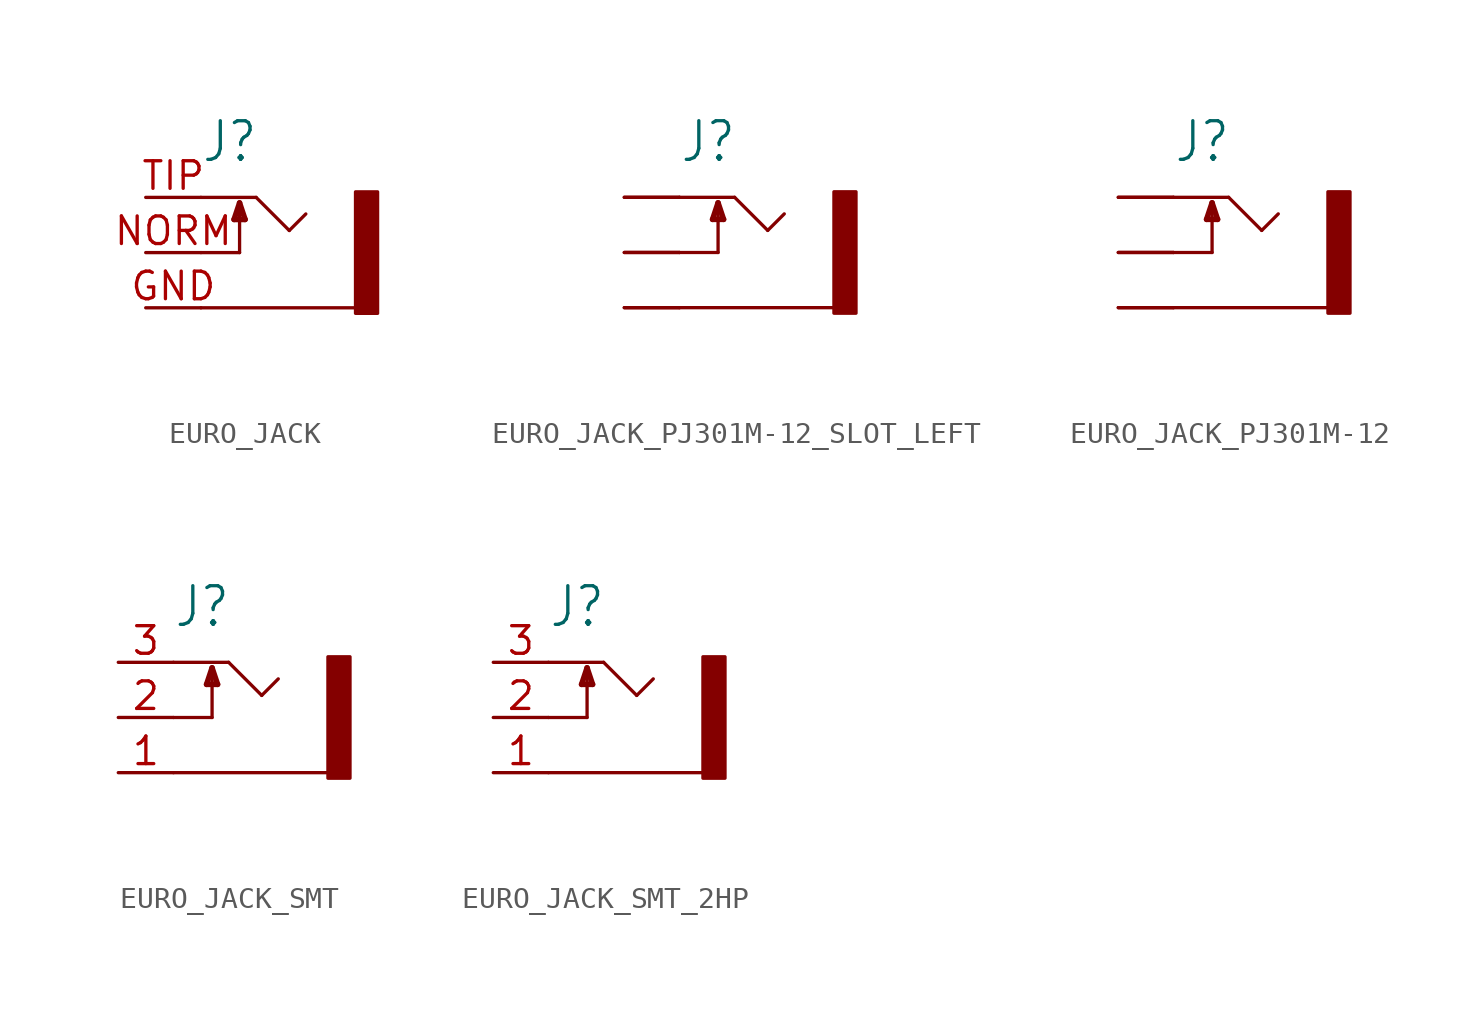
<source format=kicad_sym>
(kicad_symbol_lib
  (version 20231120)
  (generator "kicad_symbol_editor")
  (generator_version "8.0")
  (symbol "EURO_JACK"
    (property "Reference" "J"
      (at -2.54 4.064 0)
      (effects (font (size 1.778 1.511)) (justify left bottom)))
    (property "Value" ""
      (at -2.54 -6.096 0)
      (effects (font (size 1.778 1.511)) (justify left bottom)))
    (property "ki_locked" ""
      (at 0 0 0)
      (effects (font (size 1.27 1.27))))
    (symbol "EURO_JACK_1_0"
      (polyline (pts (xy -2.54 -2.54) (xy 4.572 -2.54)) (stroke (width 0.152) (type solid)) (fill (type none)))
      (polyline (pts (xy -2.54 0) (xy -0.762 0)) (stroke (width 0.152) (type solid)) (fill (type none)))
      (polyline (pts (xy -2.54 2.54) (xy 0 2.54)) (stroke (width 0.152) (type solid)) (fill (type none)))
      (polyline (pts (xy -1.016 1.524) (xy -0.508 1.524)) (stroke (width 0.254) (type solid)) (fill (type none)))
      (polyline (pts (xy -0.762 0) (xy -0.762 2.286)) (stroke (width 0.152) (type solid)) (fill (type none)))
      (polyline (pts (xy -0.762 2.286) (xy -1.016 1.524)) (stroke (width 0.254) (type solid)) (fill (type none)))
      (polyline (pts (xy -0.508 1.524) (xy -0.762 2.286)) (stroke (width 0.254) (type solid)) (fill (type none)))
      (polyline (pts (xy 0 2.54) (xy 1.524 1.016)) (stroke (width 0.152) (type solid)) (fill (type none)))
      (polyline (pts (xy 1.524 1.016) (xy 2.286 1.778)) (stroke (width 0.152) (type solid)) (fill (type none)))
      (rectangle (start 4.572 2.794) (end 5.588 -2.794) (stroke (width 0) (type default)) (fill (type outline)))
      (pin passive line (at -5.08 -2.54 0) (length 2.54) (name "GND" (effects (font (size 0 0)))) (number "GND" (effects (font (size 1.27 1.27)))))
      (pin passive line (at -5.08 0 0) (length 2.54) (name "NORM" (effects (font (size 0 0)))) (number "NORM" (effects (font (size 1.27 1.27)))))
      (pin passive line (at -5.08 2.54 0) (length 2.54) (name "TIP" (effects (font (size 0 0)))) (number "TIP" (effects (font (size 1.27 1.27)))))))
  (symbol "EURO_JACK_PJ301M-12_SLOT_LEFT"
    (property "Reference" "J"
      (at -2.54 4.064 0)
      (effects (font (size 1.778 1.511)) (justify left bottom)))
    (property "Value" ""
      (at -2.54 -6.096 0)
      (effects (font (size 1.778 1.511)) (justify left bottom)))
    (property "ki_locked" ""
      (at 0 0 0)
      (effects (font (size 1.27 1.27))))
    (symbol "EURO_JACK_PJ301M-12_SLOT_LEFT_1_0"
      (polyline (pts (xy -2.54 -2.54) (xy 4.572 -2.54)) (stroke (width 0.152) (type solid)) (fill (type none)))
      (polyline (pts (xy -2.54 0) (xy -0.762 0)) (stroke (width 0.152) (type solid)) (fill (type none)))
      (polyline (pts (xy -2.54 2.54) (xy 0 2.54)) (stroke (width 0.152) (type solid)) (fill (type none)))
      (polyline (pts (xy -1.016 1.524) (xy -0.508 1.524)) (stroke (width 0.254) (type solid)) (fill (type none)))
      (polyline (pts (xy -0.762 0) (xy -0.762 2.286)) (stroke (width 0.152) (type solid)) (fill (type none)))
      (polyline (pts (xy -0.762 2.286) (xy -1.016 1.524)) (stroke (width 0.254) (type solid)) (fill (type none)))
      (polyline (pts (xy -0.508 1.524) (xy -0.762 2.286)) (stroke (width 0.254) (type solid)) (fill (type none)))
      (polyline (pts (xy 0 2.54) (xy 1.524 1.016)) (stroke (width 0.152) (type solid)) (fill (type none)))
      (polyline (pts (xy 1.524 1.016) (xy 2.286 1.778)) (stroke (width 0.152) (type solid)) (fill (type none)))
      (rectangle (start 4.572 2.794) (end 5.588 -2.794) (stroke (width 0) (type default)) (fill (type outline)))
      (pin passive line (at -5.08 -2.54 0) (length 2.54) (name "GND" (effects (font (size 0 0)))) (number "GND" (effects (font (size 0 0)))))
      (pin passive line (at -5.08 -2.54 0) (length 2.54) (name "GND" (effects (font (size 0 0)))) (number "GND2" (effects (font (size 0 0)))))
      (pin passive line (at -5.08 0 0) (length 2.54) (name "NORM" (effects (font (size 0 0)))) (number "SW" (effects (font (size 0 0)))))
      (pin passive line (at -5.08 0 0) (length 2.54) (name "NORM" (effects (font (size 0 0)))) (number "SW2" (effects (font (size 0 0)))))
      (pin passive line (at -5.08 2.54 0) (length 2.54) (name "TIP" (effects (font (size 0 0)))) (number "TIP" (effects (font (size 0 0)))))
      (pin passive line (at -5.08 2.54 0) (length 2.54) (name "TIP" (effects (font (size 0 0)))) (number "TIP2" (effects (font (size 0 0)))))))
  (symbol "EURO_JACK_PJ301M-12"
    (property "Reference" "J"
      (at -2.54 4.064 0)
      (effects (font (size 1.778 1.511)) (justify left bottom)))
    (property "Value" ""
      (at -2.54 -6.096 0)
      (effects (font (size 1.778 1.511)) (justify left bottom)))
    (property "ki_locked" ""
      (at 0 0 0)
      (effects (font (size 1.27 1.27))))
    (symbol "EURO_JACK_PJ301M-12_1_0"
      (polyline (pts (xy -2.54 -2.54) (xy 4.572 -2.54)) (stroke (width 0.152) (type solid)) (fill (type none)))
      (polyline (pts (xy -2.54 0) (xy -0.762 0)) (stroke (width 0.152) (type solid)) (fill (type none)))
      (polyline (pts (xy -2.54 2.54) (xy 0 2.54)) (stroke (width 0.152) (type solid)) (fill (type none)))
      (polyline (pts (xy -1.016 1.524) (xy -0.508 1.524)) (stroke (width 0.254) (type solid)) (fill (type none)))
      (polyline (pts (xy -0.762 0) (xy -0.762 2.286)) (stroke (width 0.152) (type solid)) (fill (type none)))
      (polyline (pts (xy -0.762 2.286) (xy -1.016 1.524)) (stroke (width 0.254) (type solid)) (fill (type none)))
      (polyline (pts (xy -0.508 1.524) (xy -0.762 2.286)) (stroke (width 0.254) (type solid)) (fill (type none)))
      (polyline (pts (xy 0 2.54) (xy 1.524 1.016)) (stroke (width 0.152) (type solid)) (fill (type none)))
      (polyline (pts (xy 1.524 1.016) (xy 2.286 1.778)) (stroke (width 0.152) (type solid)) (fill (type none)))
      (rectangle (start 4.572 2.794) (end 5.588 -2.794) (stroke (width 0) (type default)) (fill (type outline)))
      (pin passive line (at -5.08 -2.54 0) (length 2.54) (name "GND" (effects (font (size 0 0)))) (number "GND" (effects (font (size 0 0)))))
      (pin passive line (at -5.08 -2.54 0) (length 2.54) (name "GND" (effects (font (size 0 0)))) (number "GND2" (effects (font (size 0 0)))))
      (pin passive line (at -5.08 0 0) (length 2.54) (name "NORM" (effects (font (size 0 0)))) (number "SW" (effects (font (size 0 0)))))
      (pin passive line (at -5.08 0 0) (length 2.54) (name "NORM" (effects (font (size 0 0)))) (number "SW2" (effects (font (size 0 0)))))
      (pin passive line (at -5.08 2.54 0) (length 2.54) (name "TIP" (effects (font (size 0 0)))) (number "TIP" (effects (font (size 0 0)))))
      (pin passive line (at -5.08 2.54 0) (length 2.54) (name "TIP" (effects (font (size 0 0)))) (number "TIP2" (effects (font (size 0 0)))))))
  (symbol "EURO_JACK_SMT"
    (property "Reference" "J"
      (at -2.54 4.064 0)
      (effects (font (size 1.778 1.511)) (justify left bottom)))
    (property "Value" ""
      (at -2.54 -6.096 0)
      (effects (font (size 1.778 1.511)) (justify left bottom)))
    (property "ki_locked" ""
      (at 0 0 0)
      (effects (font (size 1.27 1.27))))
    (symbol "EURO_JACK_SMT_1_0"
      (polyline (pts (xy -2.54 -2.54) (xy 4.572 -2.54)) (stroke (width 0.152) (type solid)) (fill (type none)))
      (polyline (pts (xy -2.54 0) (xy -0.762 0)) (stroke (width 0.152) (type solid)) (fill (type none)))
      (polyline (pts (xy -2.54 2.54) (xy 0 2.54)) (stroke (width 0.152) (type solid)) (fill (type none)))
      (polyline (pts (xy -1.016 1.524) (xy -0.508 1.524)) (stroke (width 0.254) (type solid)) (fill (type none)))
      (polyline (pts (xy -0.762 0) (xy -0.762 2.286)) (stroke (width 0.152) (type solid)) (fill (type none)))
      (polyline (pts (xy -0.762 2.286) (xy -1.016 1.524)) (stroke (width 0.254) (type solid)) (fill (type none)))
      (polyline (pts (xy -0.508 1.524) (xy -0.762 2.286)) (stroke (width 0.254) (type solid)) (fill (type none)))
      (polyline (pts (xy 0 2.54) (xy 1.524 1.016)) (stroke (width 0.152) (type solid)) (fill (type none)))
      (polyline (pts (xy 1.524 1.016) (xy 2.286 1.778)) (stroke (width 0.152) (type solid)) (fill (type none)))
      (rectangle (start 4.572 2.794) (end 5.588 -2.794) (stroke (width 0) (type default)) (fill (type outline)))
      (pin passive line (at -5.08 -2.54 0) (length 2.54) (name "GND" (effects (font (size 0 0)))) (number "1" (effects (font (size 1.27 1.27)))))
      (pin passive line (at -5.08 0 0) (length 2.54) (name "NORM" (effects (font (size 0 0)))) (number "2" (effects (font (size 1.27 1.27)))))
      (pin passive line (at -5.08 2.54 0) (length 2.54) (name "TIP" (effects (font (size 0 0)))) (number "3" (effects (font (size 1.27 1.27)))))))
  (symbol "EURO_JACK_SMT_2HP"
    (property "Reference" "J"
      (at -2.54 4.064 0)
      (effects (font (size 1.778 1.511)) (justify left bottom)))
    (property "Value" ""
      (at -2.54 -6.096 0)
      (effects (font (size 1.778 1.511)) (justify left bottom)))
    (property "ki_locked" ""
      (at 0 0 0)
      (effects (font (size 1.27 1.27))))
    (symbol "EURO_JACK_SMT_2HP_1_0"
      (polyline (pts (xy -2.54 -2.54) (xy 4.572 -2.54)) (stroke (width 0.152) (type solid)) (fill (type none)))
      (polyline (pts (xy -2.54 0) (xy -0.762 0)) (stroke (width 0.152) (type solid)) (fill (type none)))
      (polyline (pts (xy -2.54 2.54) (xy 0 2.54)) (stroke (width 0.152) (type solid)) (fill (type none)))
      (polyline (pts (xy -1.016 1.524) (xy -0.508 1.524)) (stroke (width 0.254) (type solid)) (fill (type none)))
      (polyline (pts (xy -0.762 0) (xy -0.762 2.286)) (stroke (width 0.152) (type solid)) (fill (type none)))
      (polyline (pts (xy -0.762 2.286) (xy -1.016 1.524)) (stroke (width 0.254) (type solid)) (fill (type none)))
      (polyline (pts (xy -0.508 1.524) (xy -0.762 2.286)) (stroke (width 0.254) (type solid)) (fill (type none)))
      (polyline (pts (xy 0 2.54) (xy 1.524 1.016)) (stroke (width 0.152) (type solid)) (fill (type none)))
      (polyline (pts (xy 1.524 1.016) (xy 2.286 1.778)) (stroke (width 0.152) (type solid)) (fill (type none)))
      (rectangle (start 4.572 2.794) (end 5.588 -2.794) (stroke (width 0) (type default)) (fill (type outline)))
      (pin passive line (at -5.08 -2.54 0) (length 2.54) (name "GND" (effects (font (size 0 0)))) (number "1" (effects (font (size 1.27 1.27)))))
      (pin passive line (at -5.08 0 0) (length 2.54) (name "NORM" (effects (font (size 0 0)))) (number "2" (effects (font (size 1.27 1.27)))))
      (pin passive line (at -5.08 2.54 0) (length 2.54) (name "TIP" (effects (font (size 0 0)))) (number "3" (effects (font (size 1.27 1.27))))))))
</source>
